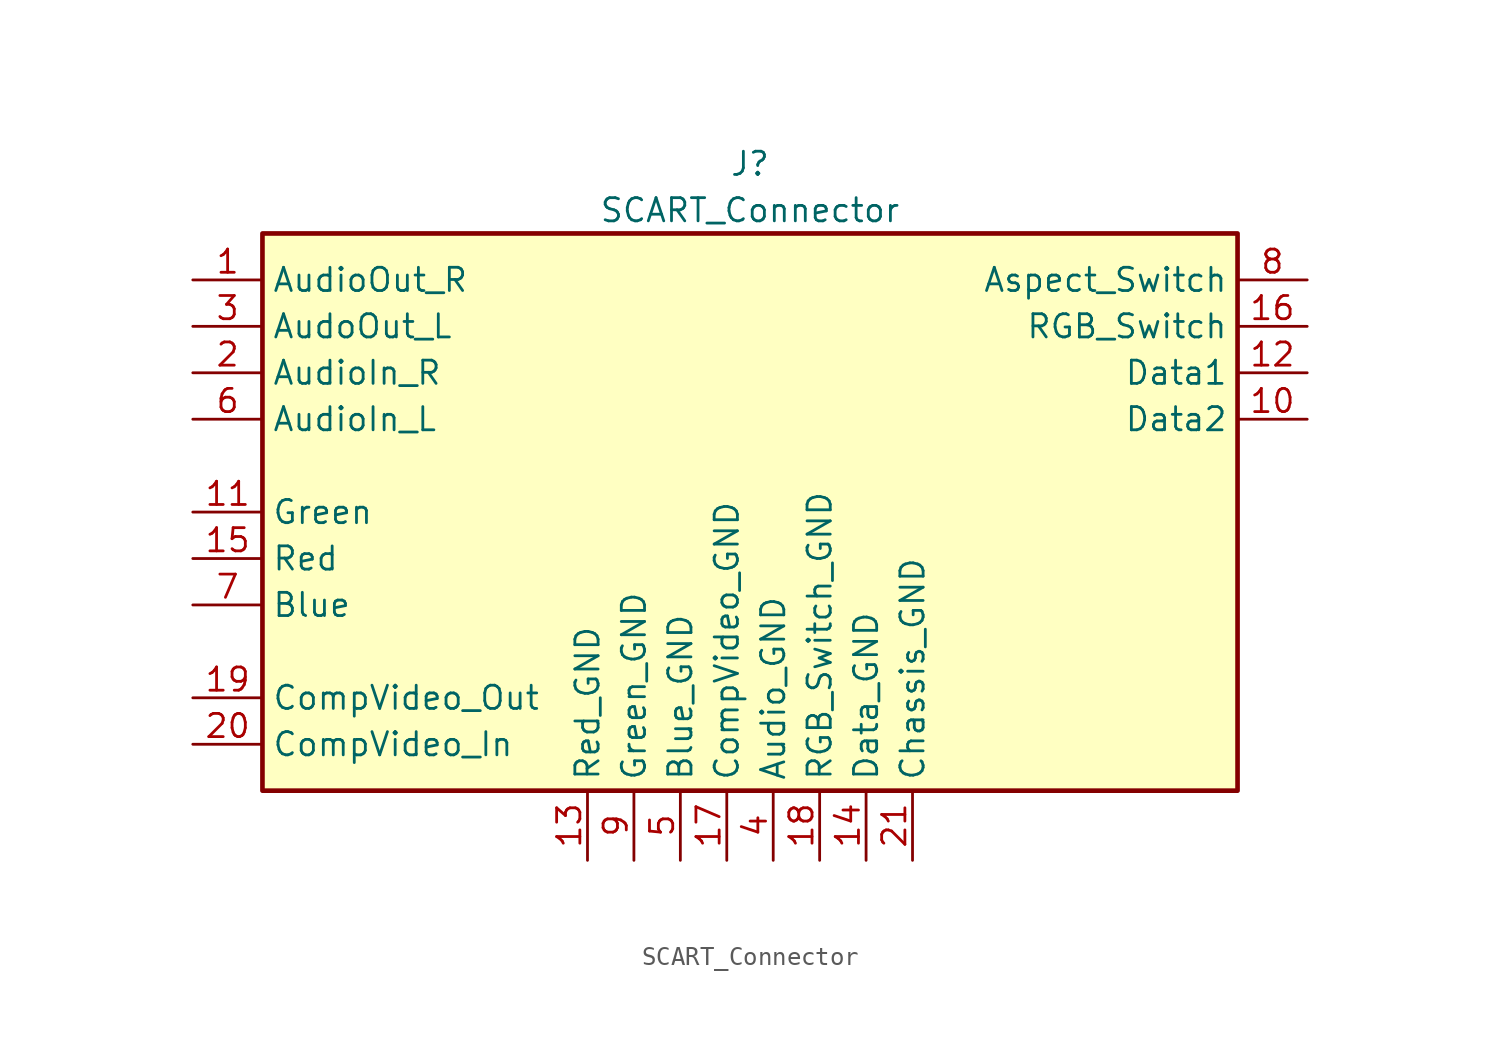
<source format=kicad_sym>
(kicad_symbol_lib
  (version 20211014)
  (generator kicad_symbol_editor)
  (symbol "SCART_Connector"
    (property "Reference" "J"
      (at 0 19.05 0)
      (effects (font (size 1.27 1.27))))
    (property "Value" "SCART_Connector"
      (at 0 16.51 0)
      (effects (font (size 1.27 1.27))))
    (symbol "SCART_Connector_1_1"
      (rectangle (start -26.67 15.24) (end 26.67 -15.24) (stroke (width 0.254) (type default) (color 0 0 0 0)) (fill (type background)))
      (pin passive line (at -30.48 12.7 0) (length 3.81) (name "AudioOut_R" (effects (font (size 1.27 1.27)))) (number "1" (effects (font (size 1.27 1.27)))))
      (pin passive line (at 30.48 5.08 180) (length 3.81) (name "Data2" (effects (font (size 1.27 1.27)))) (number "10" (effects (font (size 1.27 1.27)))))
      (pin passive line (at -30.48 0 0) (length 3.81) (name "Green" (effects (font (size 1.27 1.27)))) (number "11" (effects (font (size 1.27 1.27)))))
      (pin passive line (at 30.48 7.62 180) (length 3.81) (name "Data1" (effects (font (size 1.27 1.27)))) (number "12" (effects (font (size 1.27 1.27)))))
      (pin power_in line (at -8.89 -19.05 90) (length 3.81) (name "Red_GND" (effects (font (size 1.27 1.27)))) (number "13" (effects (font (size 1.27 1.27)))))
      (pin power_in line (at 6.35 -19.05 90) (length 3.81) (name "Data_GND" (effects (font (size 1.27 1.27)))) (number "14" (effects (font (size 1.27 1.27)))))
      (pin passive line (at -30.48 -2.54 0) (length 3.81) (name "Red" (effects (font (size 1.27 1.27)))) (number "15" (effects (font (size 1.27 1.27)))))
      (pin passive line (at 30.48 10.16 180) (length 3.81) (name "RGB_Switch" (effects (font (size 1.27 1.27)))) (number "16" (effects (font (size 1.27 1.27)))))
      (pin power_in line (at -1.27 -19.05 90) (length 3.81) (name "CompVideo_GND" (effects (font (size 1.27 1.27)))) (number "17" (effects (font (size 1.27 1.27)))))
      (pin power_in line (at 3.81 -19.05 90) (length 3.81) (name "RGB_Switch_GND" (effects (font (size 1.27 1.27)))) (number "18" (effects (font (size 1.27 1.27)))))
      (pin passive line (at -30.48 -10.16 0) (length 3.81) (name "CompVideo_Out" (effects (font (size 1.27 1.27)))) (number "19" (effects (font (size 1.27 1.27)))))
      (pin passive line (at -30.48 7.62 0) (length 3.81) (name "AudioIn_R" (effects (font (size 1.27 1.27)))) (number "2" (effects (font (size 1.27 1.27)))))
      (pin passive line (at -30.48 -12.7 0) (length 3.81) (name "CompVideo_In" (effects (font (size 1.27 1.27)))) (number "20" (effects (font (size 1.27 1.27)))))
      (pin power_in line (at 8.89 -19.05 90) (length 3.81) (name "Chassis_GND" (effects (font (size 1.27 1.27)))) (number "21" (effects (font (size 1.27 1.27)))))
      (pin passive line (at -30.48 10.16 0) (length 3.81) (name "AudoOut_L" (effects (font (size 1.27 1.27)))) (number "3" (effects (font (size 1.27 1.27)))))
      (pin power_in line (at 1.27 -19.05 90) (length 3.81) (name "Audio_GND" (effects (font (size 1.27 1.27)))) (number "4" (effects (font (size 1.27 1.27)))))
      (pin power_in line (at -3.81 -19.05 90) (length 3.81) (name "Blue_GND" (effects (font (size 1.27 1.27)))) (number "5" (effects (font (size 1.27 1.27)))))
      (pin passive line (at -30.48 5.08 0) (length 3.81) (name "AudioIn_L" (effects (font (size 1.27 1.27)))) (number "6" (effects (font (size 1.27 1.27)))))
      (pin passive line (at -30.48 -5.08 0) (length 3.81) (name "Blue" (effects (font (size 1.27 1.27)))) (number "7" (effects (font (size 1.27 1.27)))))
      (pin passive line (at 30.48 12.7 180) (length 3.81) (name "Aspect_Switch" (effects (font (size 1.27 1.27)))) (number "8" (effects (font (size 1.27 1.27)))))
      (pin power_in line (at -6.35 -19.05 90) (length 3.81) (name "Green_GND" (effects (font (size 1.27 1.27)))) (number "9" (effects (font (size 1.27 1.27))))))))
</source>
